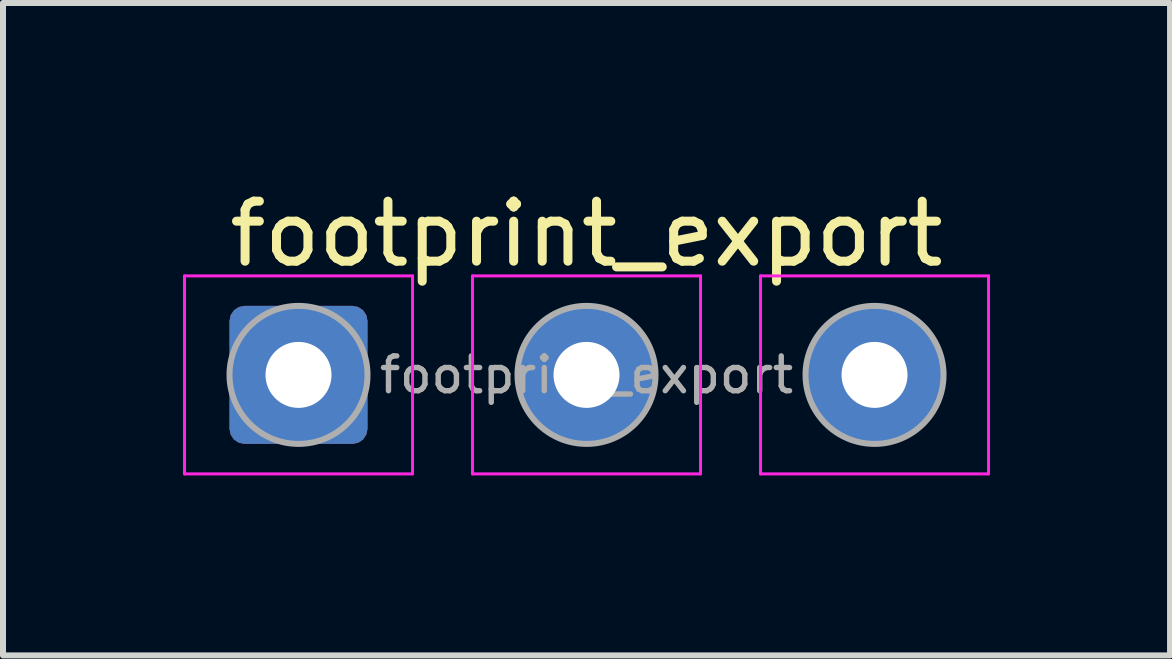
<source format=kicad_pcb>
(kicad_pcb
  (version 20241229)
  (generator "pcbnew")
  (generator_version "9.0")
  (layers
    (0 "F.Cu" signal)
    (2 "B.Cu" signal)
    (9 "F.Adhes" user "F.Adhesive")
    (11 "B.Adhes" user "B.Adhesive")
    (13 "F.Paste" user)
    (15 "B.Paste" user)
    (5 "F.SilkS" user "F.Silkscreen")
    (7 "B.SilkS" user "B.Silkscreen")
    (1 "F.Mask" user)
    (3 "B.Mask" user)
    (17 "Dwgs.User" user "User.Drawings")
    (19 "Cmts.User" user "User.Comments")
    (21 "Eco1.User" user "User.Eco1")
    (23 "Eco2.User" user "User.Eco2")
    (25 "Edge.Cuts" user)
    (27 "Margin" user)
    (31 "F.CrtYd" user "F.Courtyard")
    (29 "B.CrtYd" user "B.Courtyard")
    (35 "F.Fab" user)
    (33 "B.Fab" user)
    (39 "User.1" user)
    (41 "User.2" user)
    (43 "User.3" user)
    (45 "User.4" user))
  (footprint "footprint_export"
    (layer "F.Cu")
    (at 1.925 3.198)
    (property "Reference" "footprint_export" (at 4.8 -2.35 0) (layer "F.SilkS") (effects (font (size 1 1) (thickness 0.15))))
    (attr exclude_from_pos_files exclude_from_bom)
    (fp_line (start -1.9 -1.65) (end -1.9 1.65) (stroke (width 0.05) (type solid)) (layer "F.CrtYd"))
    (fp_line (start -1.9 1.65) (end 1.9 1.65) (stroke (width 0.05) (type solid)) (layer "F.CrtYd"))
    (fp_line (start 1.9 -1.65) (end -1.9 -1.65) (stroke (width 0.05) (type solid)) (layer "F.CrtYd"))
    (fp_line (start 1.9 1.65) (end 1.9 -1.65) (stroke (width 0.05) (type solid)) (layer "F.CrtYd"))
    (fp_line (start 2.9 -1.65) (end 2.9 1.65) (stroke (width 0.05) (type solid)) (layer "F.CrtYd"))
    (fp_line (start 2.9 1.65) (end 6.7 1.65) (stroke (width 0.05) (type solid)) (layer "F.CrtYd"))
    (fp_line (start 6.7 -1.65) (end 2.9 -1.65) (stroke (width 0.05) (type solid)) (layer "F.CrtYd"))
    (fp_line (start 6.7 1.65) (end 6.7 -1.65) (stroke (width 0.05) (type solid)) (layer "F.CrtYd"))
    (fp_line (start 7.7 -1.65) (end 7.7 1.65) (stroke (width 0.05) (type solid)) (layer "F.CrtYd"))
    (fp_line (start 7.7 1.65) (end 11.5 1.65) (stroke (width 0.05) (type solid)) (layer "F.CrtYd"))
    (fp_line (start 11.5 -1.65) (end 7.7 -1.65) (stroke (width 0.05) (type solid)) (layer "F.CrtYd"))
    (fp_line (start 11.5 1.65) (end 11.5 -1.65) (stroke (width 0.05) (type solid)) (layer "F.CrtYd"))
    (fp_circle (center 0 0) (end 1.15 0) (stroke (width 0.1) (type solid)) (fill no) (layer "F.Fab"))
    (fp_circle (center 4.8 0) (end 5.95 0) (stroke (width 0.1) (type solid)) (fill no) (layer "F.Fab"))
    (fp_circle (center 9.6 0) (end 10.75 0) (stroke (width 0.1) (type solid)) (fill no) (layer "F.Fab"))
    (fp_text user "${REFERENCE}" (at 4.8 0 0) (layer "F.Fab") (effects (font (size 0.58 0.58) (thickness 0.09))))
    (pad "1" thru_hole roundrect (at 0 0) (size 2.3 2.3) (drill 1.1) (layers "*.Cu" "*.Mask") (roundrect_rratio 0.109))
    (pad "2" thru_hole circle (at 4.8 0) (size 2.3 2.3) (drill 1.1) (layers "*.Cu" "*.Mask"))
    (pad "3" thru_hole circle (at 9.6 0) (size 2.3 2.3) (drill 1.1) (layers "*.Cu" "*.Mask")))
  (gr_rect
    (start -3 -3)
    (end 16.45 7.873)
    (stroke (width 0.1) (type default))
    (fill no)
    (layer "Edge.Cuts")))
</source>
